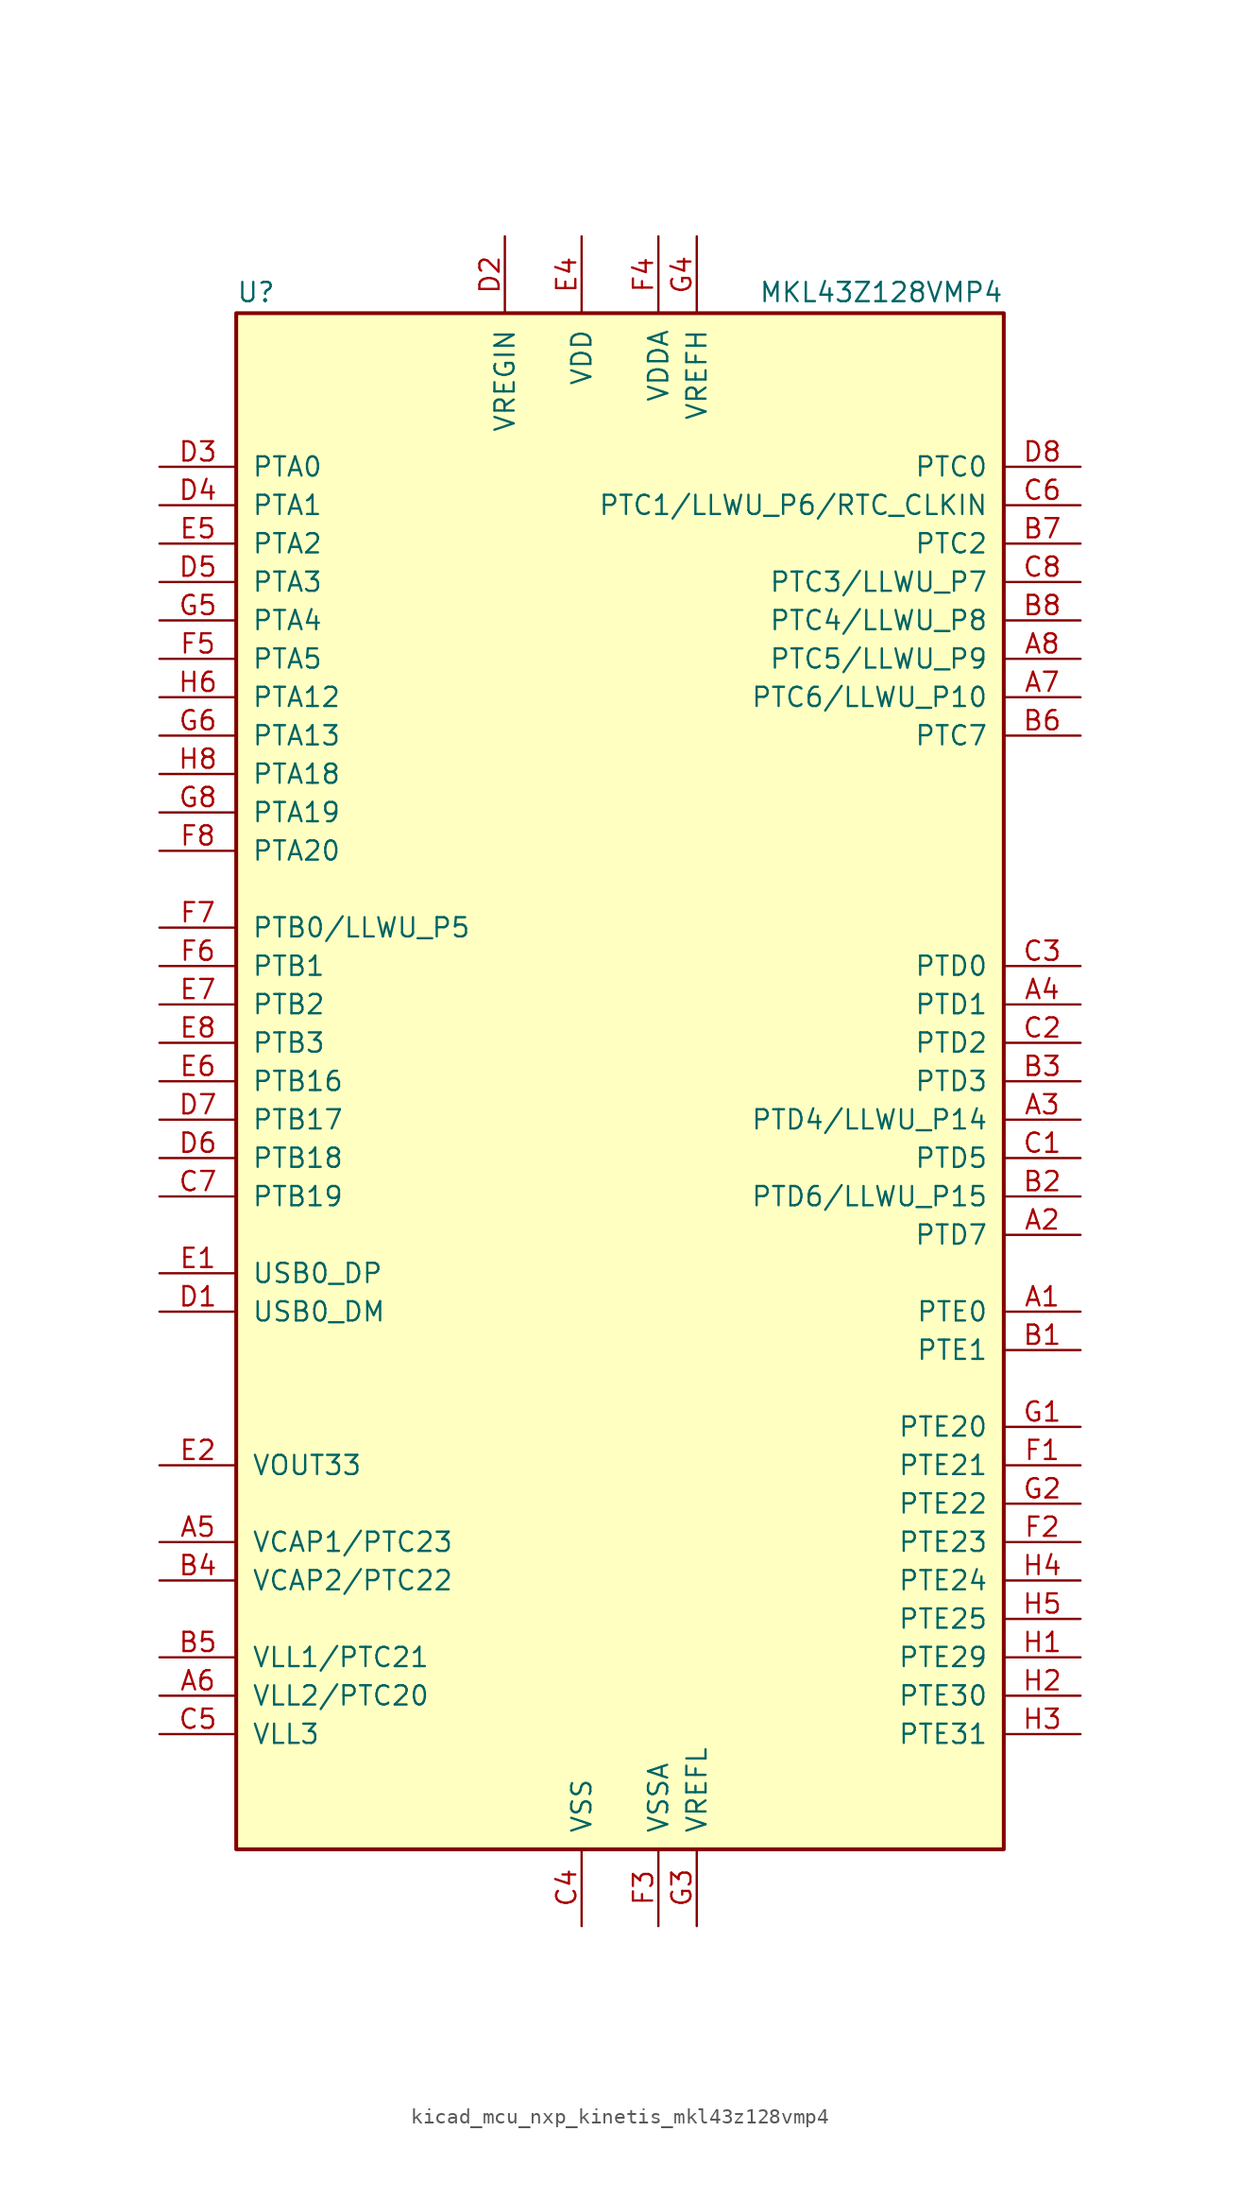
<source format=kicad_sym>
(kicad_symbol_lib
  (version 20220914)
  (generator kicad_symbol_editor)
  (symbol "kicad_mcu_nxp_kinetis_mkl43z128vmp4"
    (pin_names
      (offset 1.016))
    (property "Reference" "U"
      (at -25.4 51.435 0)
      (effects (font (size 1.27 1.27)) (justify left bottom)))
    (property "Value" "MKL43Z128VMP4"
      (at 25.4 51.435 0)
      (effects (font (size 1.27 1.27)) (justify right bottom)))
    (symbol "kicad_mcu_nxp_kinetis_mkl43z128vmp4_0_1"
      (rectangle (start -25.4 50.8) (end 25.4 -50.8) (stroke (width 0.254) (type default)) (fill (type background))))
    (symbol "kicad_mcu_nxp_kinetis_mkl43z128vmp4_1_1"
      (pin bidirectional line (at 30.48 -15.24 180) (length 5.08) (name "PTE0" (effects (font (size 1.27 1.27)))) (number "A1" (effects (font (size 1.27 1.27)))))
      (pin bidirectional line (at 30.48 -10.16 180) (length 5.08) (name "PTD7" (effects (font (size 1.27 1.27)))) (number "A2" (effects (font (size 1.27 1.27)))))
      (pin bidirectional line (at 30.48 -2.54 180) (length 5.08) (name "PTD4/LLWU_P14" (effects (font (size 1.27 1.27)))) (number "A3" (effects (font (size 1.27 1.27)))))
      (pin bidirectional line (at 30.48 5.08 180) (length 5.08) (name "PTD1" (effects (font (size 1.27 1.27)))) (number "A4" (effects (font (size 1.27 1.27)))))
      (pin passive line (at -30.48 -30.48 0) (length 5.08) (name "VCAP1/PTC23" (effects (font (size 1.27 1.27)))) (number "A5" (effects (font (size 1.27 1.27)))))
      (pin power_out line (at -30.48 -40.64 0) (length 5.08) (name "VLL2/PTC20" (effects (font (size 1.27 1.27)))) (number "A6" (effects (font (size 1.27 1.27)))))
      (pin bidirectional line (at 30.48 25.4 180) (length 5.08) (name "PTC6/LLWU_P10" (effects (font (size 1.27 1.27)))) (number "A7" (effects (font (size 1.27 1.27)))))
      (pin bidirectional line (at 30.48 27.94 180) (length 5.08) (name "PTC5/LLWU_P9" (effects (font (size 1.27 1.27)))) (number "A8" (effects (font (size 1.27 1.27)))))
      (pin bidirectional line (at 30.48 -17.78 180) (length 5.08) (name "PTE1" (effects (font (size 1.27 1.27)))) (number "B1" (effects (font (size 1.27 1.27)))))
      (pin bidirectional line (at 30.48 -7.62 180) (length 5.08) (name "PTD6/LLWU_P15" (effects (font (size 1.27 1.27)))) (number "B2" (effects (font (size 1.27 1.27)))))
      (pin bidirectional line (at 30.48 0 180) (length 5.08) (name "PTD3" (effects (font (size 1.27 1.27)))) (number "B3" (effects (font (size 1.27 1.27)))))
      (pin passive line (at -30.48 -33.02 0) (length 5.08) (name "VCAP2/PTC22" (effects (font (size 1.27 1.27)))) (number "B4" (effects (font (size 1.27 1.27)))))
      (pin power_out line (at -30.48 -38.1 0) (length 5.08) (name "VLL1/PTC21" (effects (font (size 1.27 1.27)))) (number "B5" (effects (font (size 1.27 1.27)))))
      (pin bidirectional line (at 30.48 22.86 180) (length 5.08) (name "PTC7" (effects (font (size 1.27 1.27)))) (number "B6" (effects (font (size 1.27 1.27)))))
      (pin bidirectional line (at 30.48 35.56 180) (length 5.08) (name "PTC2" (effects (font (size 1.27 1.27)))) (number "B7" (effects (font (size 1.27 1.27)))))
      (pin bidirectional line (at 30.48 30.48 180) (length 5.08) (name "PTC4/LLWU_P8" (effects (font (size 1.27 1.27)))) (number "B8" (effects (font (size 1.27 1.27)))))
      (pin bidirectional line (at 30.48 -5.08 180) (length 5.08) (name "PTD5" (effects (font (size 1.27 1.27)))) (number "C1" (effects (font (size 1.27 1.27)))))
      (pin bidirectional line (at 30.48 2.54 180) (length 5.08) (name "PTD2" (effects (font (size 1.27 1.27)))) (number "C2" (effects (font (size 1.27 1.27)))))
      (pin bidirectional line (at 30.48 7.62 180) (length 5.08) (name "PTD0" (effects (font (size 1.27 1.27)))) (number "C3" (effects (font (size 1.27 1.27)))))
      (pin power_in line (at -2.54 -55.88 90) (length 5.08) (name "VSS" (effects (font (size 1.27 1.27)))) (number "C4" (effects (font (size 1.27 1.27)))))
      (pin power_out line (at -30.48 -43.18 0) (length 5.08) (name "VLL3" (effects (font (size 1.27 1.27)))) (number "C5" (effects (font (size 1.27 1.27)))))
      (pin bidirectional line (at 30.48 38.1 180) (length 5.08) (name "PTC1/LLWU_P6/RTC_CLKIN" (effects (font (size 1.27 1.27)))) (number "C6" (effects (font (size 1.27 1.27)))))
      (pin bidirectional line (at -30.48 -7.62 0) (length 5.08) (name "PTB19" (effects (font (size 1.27 1.27)))) (number "C7" (effects (font (size 1.27 1.27)))))
      (pin bidirectional line (at 30.48 33.02 180) (length 5.08) (name "PTC3/LLWU_P7" (effects (font (size 1.27 1.27)))) (number "C8" (effects (font (size 1.27 1.27)))))
      (pin bidirectional line (at -30.48 -15.24 0) (length 5.08) (name "USB0_DM" (effects (font (size 1.27 1.27)))) (number "D1" (effects (font (size 1.27 1.27)))))
      (pin power_in line (at -7.62 55.88 270) (length 5.08) (name "VREGIN" (effects (font (size 1.27 1.27)))) (number "D2" (effects (font (size 1.27 1.27)))))
      (pin bidirectional line (at -30.48 40.64 0) (length 5.08) (name "PTA0" (effects (font (size 1.27 1.27)))) (number "D3" (effects (font (size 1.27 1.27)))))
      (pin bidirectional line (at -30.48 38.1 0) (length 5.08) (name "PTA1" (effects (font (size 1.27 1.27)))) (number "D4" (effects (font (size 1.27 1.27)))))
      (pin bidirectional line (at -30.48 33.02 0) (length 5.08) (name "PTA3" (effects (font (size 1.27 1.27)))) (number "D5" (effects (font (size 1.27 1.27)))))
      (pin bidirectional line (at -30.48 -5.08 0) (length 5.08) (name "PTB18" (effects (font (size 1.27 1.27)))) (number "D6" (effects (font (size 1.27 1.27)))))
      (pin bidirectional line (at -30.48 -2.54 0) (length 5.08) (name "PTB17" (effects (font (size 1.27 1.27)))) (number "D7" (effects (font (size 1.27 1.27)))))
      (pin bidirectional line (at 30.48 40.64 180) (length 5.08) (name "PTC0" (effects (font (size 1.27 1.27)))) (number "D8" (effects (font (size 1.27 1.27)))))
      (pin bidirectional line (at -30.48 -12.7 0) (length 5.08) (name "USB0_DP" (effects (font (size 1.27 1.27)))) (number "E1" (effects (font (size 1.27 1.27)))))
      (pin power_out line (at -30.48 -25.4 0) (length 5.08) (name "VOUT33" (effects (font (size 1.27 1.27)))) (number "E2" (effects (font (size 1.27 1.27)))))
      (pin passive line (at -2.54 -55.88 90) (length 5.08) hide (name "VSS" (effects (font (size 1.27 1.27)))) (number "E3" (effects (font (size 1.27 1.27)))))
      (pin power_in line (at -2.54 55.88 270) (length 5.08) (name "VDD" (effects (font (size 1.27 1.27)))) (number "E4" (effects (font (size 1.27 1.27)))))
      (pin bidirectional line (at -30.48 35.56 0) (length 5.08) (name "PTA2" (effects (font (size 1.27 1.27)))) (number "E5" (effects (font (size 1.27 1.27)))))
      (pin bidirectional line (at -30.48 0 0) (length 5.08) (name "PTB16" (effects (font (size 1.27 1.27)))) (number "E6" (effects (font (size 1.27 1.27)))))
      (pin bidirectional line (at -30.48 5.08 0) (length 5.08) (name "PTB2" (effects (font (size 1.27 1.27)))) (number "E7" (effects (font (size 1.27 1.27)))))
      (pin bidirectional line (at -30.48 2.54 0) (length 5.08) (name "PTB3" (effects (font (size 1.27 1.27)))) (number "E8" (effects (font (size 1.27 1.27)))))
      (pin bidirectional line (at 30.48 -25.4 180) (length 5.08) (name "PTE21" (effects (font (size 1.27 1.27)))) (number "F1" (effects (font (size 1.27 1.27)))))
      (pin bidirectional line (at 30.48 -30.48 180) (length 5.08) (name "PTE23" (effects (font (size 1.27 1.27)))) (number "F2" (effects (font (size 1.27 1.27)))))
      (pin power_in line (at 2.54 -55.88 90) (length 5.08) (name "VSSA" (effects (font (size 1.27 1.27)))) (number "F3" (effects (font (size 1.27 1.27)))))
      (pin power_in line (at 2.54 55.88 270) (length 5.08) (name "VDDA" (effects (font (size 1.27 1.27)))) (number "F4" (effects (font (size 1.27 1.27)))))
      (pin bidirectional line (at -30.48 27.94 0) (length 5.08) (name "PTA5" (effects (font (size 1.27 1.27)))) (number "F5" (effects (font (size 1.27 1.27)))))
      (pin bidirectional line (at -30.48 7.62 0) (length 5.08) (name "PTB1" (effects (font (size 1.27 1.27)))) (number "F6" (effects (font (size 1.27 1.27)))))
      (pin bidirectional line (at -30.48 10.16 0) (length 5.08) (name "PTB0/LLWU_P5" (effects (font (size 1.27 1.27)))) (number "F7" (effects (font (size 1.27 1.27)))))
      (pin bidirectional line (at -30.48 15.24 0) (length 5.08) (name "PTA20" (effects (font (size 1.27 1.27)))) (number "F8" (effects (font (size 1.27 1.27)))))
      (pin bidirectional line (at 30.48 -22.86 180) (length 5.08) (name "PTE20" (effects (font (size 1.27 1.27)))) (number "G1" (effects (font (size 1.27 1.27)))))
      (pin bidirectional line (at 30.48 -27.94 180) (length 5.08) (name "PTE22" (effects (font (size 1.27 1.27)))) (number "G2" (effects (font (size 1.27 1.27)))))
      (pin power_in line (at 5.08 -55.88 90) (length 5.08) (name "VREFL" (effects (font (size 1.27 1.27)))) (number "G3" (effects (font (size 1.27 1.27)))))
      (pin power_in line (at 5.08 55.88 270) (length 5.08) (name "VREFH" (effects (font (size 1.27 1.27)))) (number "G4" (effects (font (size 1.27 1.27)))))
      (pin bidirectional line (at -30.48 30.48 0) (length 5.08) (name "PTA4" (effects (font (size 1.27 1.27)))) (number "G5" (effects (font (size 1.27 1.27)))))
      (pin bidirectional line (at -30.48 22.86 0) (length 5.08) (name "PTA13" (effects (font (size 1.27 1.27)))) (number "G6" (effects (font (size 1.27 1.27)))))
      (pin passive line (at -2.54 55.88 270) (length 5.08) hide (name "VDD" (effects (font (size 1.27 1.27)))) (number "G7" (effects (font (size 1.27 1.27)))))
      (pin bidirectional line (at -30.48 17.78 0) (length 5.08) (name "PTA19" (effects (font (size 1.27 1.27)))) (number "G8" (effects (font (size 1.27 1.27)))))
      (pin bidirectional line (at 30.48 -38.1 180) (length 5.08) (name "PTE29" (effects (font (size 1.27 1.27)))) (number "H1" (effects (font (size 1.27 1.27)))))
      (pin bidirectional line (at 30.48 -40.64 180) (length 5.08) (name "PTE30" (effects (font (size 1.27 1.27)))) (number "H2" (effects (font (size 1.27 1.27)))))
      (pin bidirectional line (at 30.48 -43.18 180) (length 5.08) (name "PTE31" (effects (font (size 1.27 1.27)))) (number "H3" (effects (font (size 1.27 1.27)))))
      (pin bidirectional line (at 30.48 -33.02 180) (length 5.08) (name "PTE24" (effects (font (size 1.27 1.27)))) (number "H4" (effects (font (size 1.27 1.27)))))
      (pin bidirectional line (at 30.48 -35.56 180) (length 5.08) (name "PTE25" (effects (font (size 1.27 1.27)))) (number "H5" (effects (font (size 1.27 1.27)))))
      (pin bidirectional line (at -30.48 25.4 0) (length 5.08) (name "PTA12" (effects (font (size 1.27 1.27)))) (number "H6" (effects (font (size 1.27 1.27)))))
      (pin passive line (at -2.54 -55.88 90) (length 5.08) hide (name "VSS" (effects (font (size 1.27 1.27)))) (number "H7" (effects (font (size 1.27 1.27)))))
      (pin bidirectional line (at -30.48 20.32 0) (length 5.08) (name "PTA18" (effects (font (size 1.27 1.27)))) (number "H8" (effects (font (size 1.27 1.27))))))))
</source>
